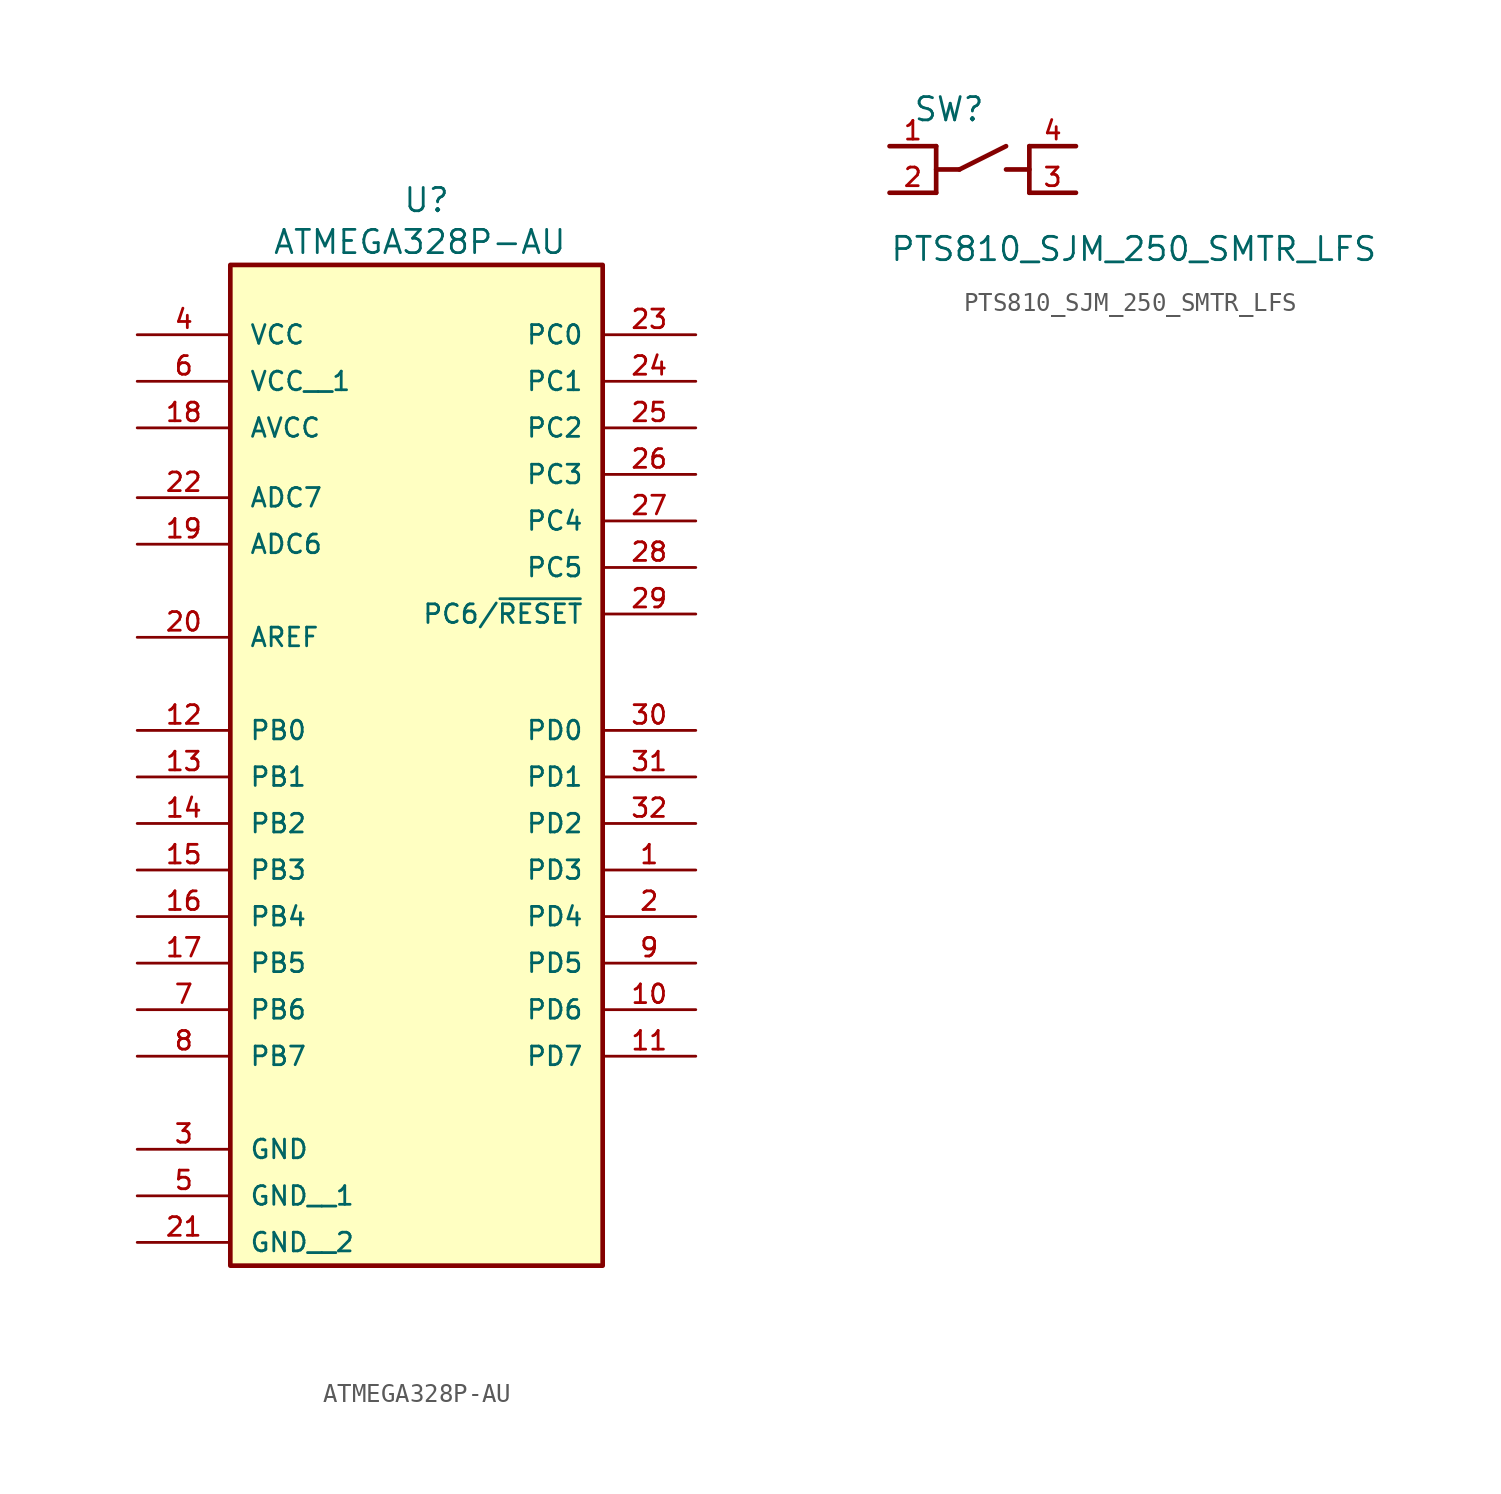
<source format=kicad_sym>
(kicad_symbol_lib
  (version 20241209)
  (generator "kicad_symbol_editor")
  (generator_version "9.0")
  (symbol "ATMEGA328P-AU"
    (pin_names
      (offset 1.016))
    (property "Reference" "U"
      (at -0.762 30.734 0)
      (effects (font (size 1.27 1.27)) (justify left bottom)))
    (property "Value" "ATMEGA328P-AU"
      (at -7.874 28.448 0)
      (effects (font (size 1.27 1.27)) (justify left bottom)))
    (symbol "ATMEGA328P-AU_0_0"
      (rectangle (start -10.16 27.94) (end 10.16 -26.67) (stroke (width 0.254) (type default)) (fill (type background)))
      (pin power_in line (at -15.24 24.13 0) (length 5.08) (name "VCC" (effects (font (size 1.016 1.016)))) (number "4" (effects (font (size 1.016 1.016)))))
      (pin power_in line (at -15.24 21.59 0) (length 5.08) (name "VCC__1" (effects (font (size 1.016 1.016)))) (number "6" (effects (font (size 1.016 1.016)))))
      (pin power_in line (at -15.24 19.05 0) (length 5.08) (name "AVCC" (effects (font (size 1.016 1.016)))) (number "18" (effects (font (size 1.016 1.016)))))
      (pin bidirectional line (at -15.24 15.24 0) (length 5.08) (name "ADC7" (effects (font (size 1.016 1.016)))) (number "22" (effects (font (size 1.016 1.016)))))
      (pin bidirectional line (at -15.24 12.7 0) (length 5.08) (name "ADC6" (effects (font (size 1.016 1.016)))) (number "19" (effects (font (size 1.016 1.016)))))
      (pin input line (at -15.24 7.62 0) (length 5.08) (name "AREF" (effects (font (size 1.016 1.016)))) (number "20" (effects (font (size 1.016 1.016)))))
      (pin bidirectional line (at -15.24 2.54 0) (length 5.08) (name "PB0" (effects (font (size 1.016 1.016)))) (number "12" (effects (font (size 1.016 1.016)))))
      (pin bidirectional line (at -15.24 0 0) (length 5.08) (name "PB1" (effects (font (size 1.016 1.016)))) (number "13" (effects (font (size 1.016 1.016)))))
      (pin bidirectional line (at -15.24 -2.54 0) (length 5.08) (name "PB2" (effects (font (size 1.016 1.016)))) (number "14" (effects (font (size 1.016 1.016)))))
      (pin bidirectional line (at -15.24 -5.08 0) (length 5.08) (name "PB3" (effects (font (size 1.016 1.016)))) (number "15" (effects (font (size 1.016 1.016)))))
      (pin bidirectional line (at -15.24 -7.62 0) (length 5.08) (name "PB4" (effects (font (size 1.016 1.016)))) (number "16" (effects (font (size 1.016 1.016)))))
      (pin bidirectional line (at -15.24 -10.16 0) (length 5.08) (name "PB5" (effects (font (size 1.016 1.016)))) (number "17" (effects (font (size 1.016 1.016)))))
      (pin bidirectional line (at -15.24 -12.7 0) (length 5.08) (name "PB6" (effects (font (size 1.016 1.016)))) (number "7" (effects (font (size 1.016 1.016)))))
      (pin bidirectional line (at -15.24 -15.24 0) (length 5.08) (name "PB7" (effects (font (size 1.016 1.016)))) (number "8" (effects (font (size 1.016 1.016)))))
      (pin power_in line (at -15.24 -20.32 0) (length 5.08) (name "GND" (effects (font (size 1.016 1.016)))) (number "3" (effects (font (size 1.016 1.016)))))
      (pin power_in line (at -15.24 -22.86 0) (length 5.08) (name "GND__1" (effects (font (size 1.016 1.016)))) (number "5" (effects (font (size 1.016 1.016)))))
      (pin power_in line (at -15.24 -25.4 0) (length 5.08) (name "GND__2" (effects (font (size 1.016 1.016)))) (number "21" (effects (font (size 1.016 1.016)))))
      (pin bidirectional line (at 15.24 24.13 180) (length 5.08) (name "PC0" (effects (font (size 1.016 1.016)))) (number "23" (effects (font (size 1.016 1.016)))))
      (pin bidirectional line (at 15.24 21.59 180) (length 5.08) (name "PC1" (effects (font (size 1.016 1.016)))) (number "24" (effects (font (size 1.016 1.016)))))
      (pin bidirectional line (at 15.24 19.05 180) (length 5.08) (name "PC2" (effects (font (size 1.016 1.016)))) (number "25" (effects (font (size 1.016 1.016)))))
      (pin bidirectional line (at 15.24 16.51 180) (length 5.08) (name "PC3" (effects (font (size 1.016 1.016)))) (number "26" (effects (font (size 1.016 1.016)))))
      (pin bidirectional line (at 15.24 13.97 180) (length 5.08) (name "PC4" (effects (font (size 1.016 1.016)))) (number "27" (effects (font (size 1.016 1.016)))))
      (pin bidirectional line (at 15.24 11.43 180) (length 5.08) (name "PC5" (effects (font (size 1.016 1.016)))) (number "28" (effects (font (size 1.016 1.016)))))
      (pin bidirectional line (at 15.24 8.89 180) (length 5.08) (name "PC6/~{RESET}" (effects (font (size 1.016 1.016)))) (number "29" (effects (font (size 1.016 1.016)))))
      (pin bidirectional line (at 15.24 2.54 180) (length 5.08) (name "PD0" (effects (font (size 1.016 1.016)))) (number "30" (effects (font (size 1.016 1.016)))))
      (pin bidirectional line (at 15.24 0 180) (length 5.08) (name "PD1" (effects (font (size 1.016 1.016)))) (number "31" (effects (font (size 1.016 1.016)))))
      (pin bidirectional line (at 15.24 -2.54 180) (length 5.08) (name "PD2" (effects (font (size 1.016 1.016)))) (number "32" (effects (font (size 1.016 1.016)))))
      (pin bidirectional line (at 15.24 -5.08 180) (length 5.08) (name "PD3" (effects (font (size 1.016 1.016)))) (number "1" (effects (font (size 1.016 1.016)))))
      (pin bidirectional line (at 15.24 -7.62 180) (length 5.08) (name "PD4" (effects (font (size 1.016 1.016)))) (number "2" (effects (font (size 1.016 1.016)))))
      (pin bidirectional line (at 15.24 -10.16 180) (length 5.08) (name "PD5" (effects (font (size 1.016 1.016)))) (number "9" (effects (font (size 1.016 1.016)))))
      (pin bidirectional line (at 15.24 -12.7 180) (length 5.08) (name "PD6" (effects (font (size 1.016 1.016)))) (number "10" (effects (font (size 1.016 1.016)))))
      (pin bidirectional line (at 15.24 -15.24 180) (length 5.08) (name "PD7" (effects (font (size 1.016 1.016)))) (number "11" (effects (font (size 1.016 1.016)))))))
  (symbol "PTS810_SJM_250_SMTR_LFS"
    (pin_names
      (offset 1.016))
    (property "Reference" "SW"
      (at -3.81 1.27 0)
      (effects (font (size 1.27 1.27)) (justify left bottom)))
    (property "Value" "PTS810_SJM_250_SMTR_LFS"
      (at -5.08 -6.35 0)
      (effects (font (size 1.27 1.27)) (justify left bottom)))
    (symbol "PTS810_SJM_250_SMTR_LFS_0_0"
      (polyline (pts (xy -2.54 0) (xy -5.08 0)) (stroke (width 0.254) (type default)) (fill (type none)))
      (polyline (pts (xy -2.54 0) (xy -2.54 -2.54)) (stroke (width 0.254) (type default)) (fill (type none)))
      (polyline (pts (xy -2.54 -1.27) (xy -1.27 -1.27)) (stroke (width 0.254) (type default)) (fill (type none)))
      (polyline (pts (xy -2.54 -2.54) (xy -5.08 -2.54)) (stroke (width 0.254) (type default)) (fill (type none)))
      (polyline (pts (xy -1.27 -1.27) (xy 1.27 0)) (stroke (width 0.254) (type default)) (fill (type none)))
      (polyline (pts (xy 1.27 -1.27) (xy 2.54 -1.27)) (stroke (width 0.254) (type default)) (fill (type none)))
      (polyline (pts (xy 2.54 0) (xy 2.54 -2.54)) (stroke (width 0.254) (type default)) (fill (type none)))
      (polyline (pts (xy 2.54 0) (xy 5.08 0)) (stroke (width 0.254) (type default)) (fill (type none)))
      (polyline (pts (xy 2.54 -2.54) (xy 5.08 -2.54)) (stroke (width 0.254) (type default)) (fill (type none)))
      (pin passive line (at -5.08 0 0) (length 2.54) (name "~" (effects (font (size 1.016 1.016)))) (number "1" (effects (font (size 1.016 1.016)))))
      (pin passive line (at -5.08 -2.54 0) (length 2.54) (name "~" (effects (font (size 1.016 1.016)))) (number "2" (effects (font (size 1.016 1.016)))))
      (pin passive line (at 5.08 0 180) (length 2.54) (name "~" (effects (font (size 1.016 1.016)))) (number "4" (effects (font (size 1.016 1.016)))))
      (pin passive line (at 5.08 -2.54 180) (length 2.54) (name "~" (effects (font (size 1.016 1.016)))) (number "3" (effects (font (size 1.016 1.016))))))))
</source>
